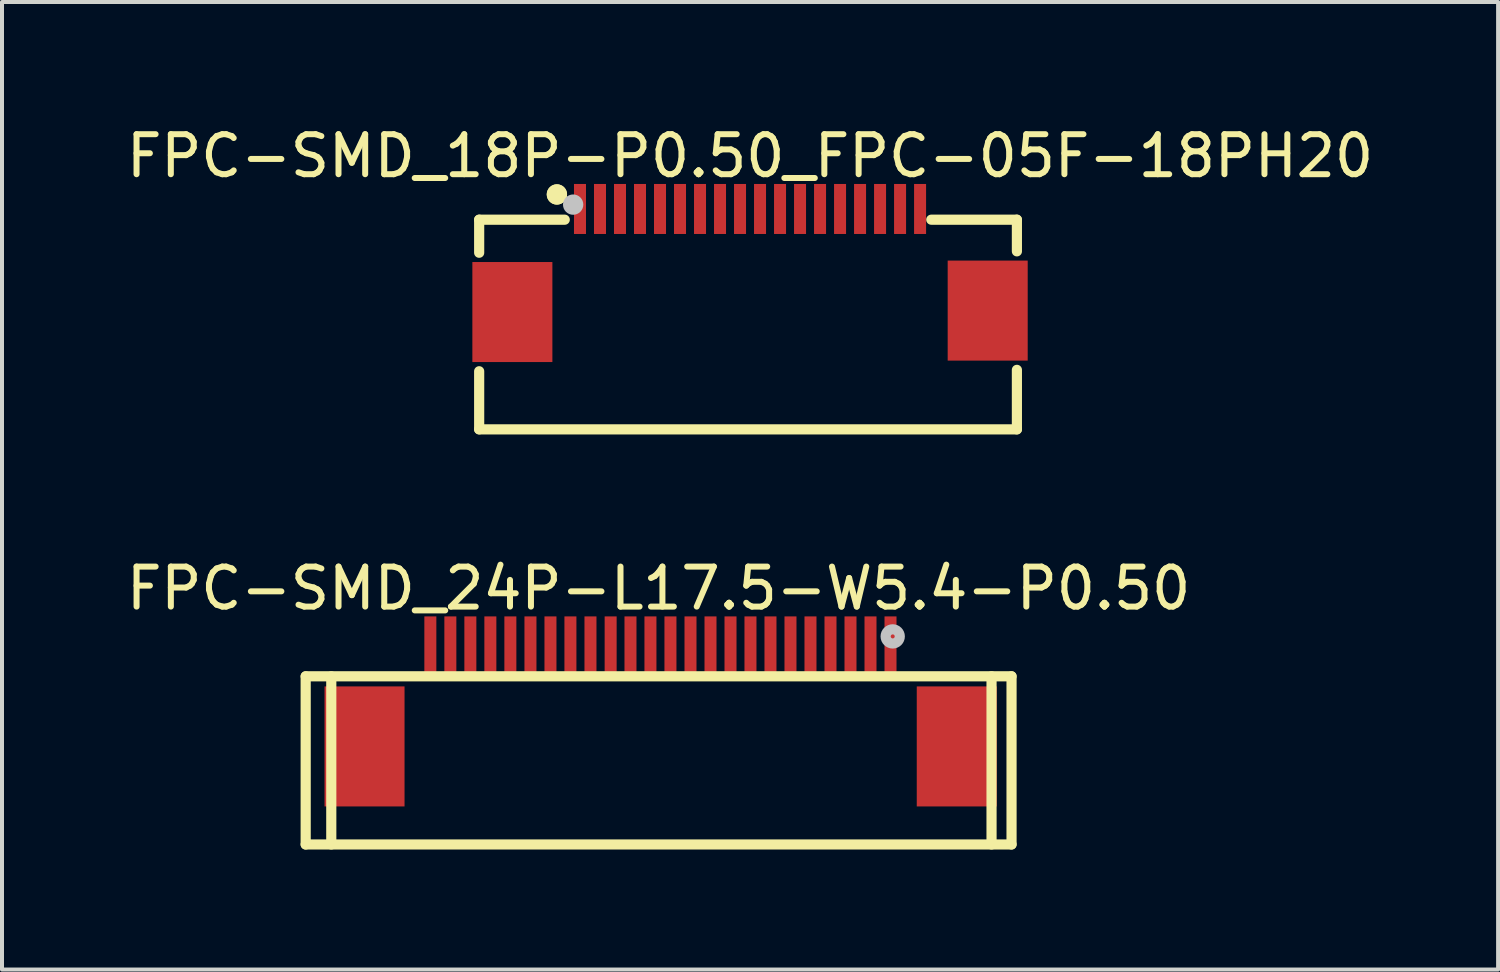
<source format=kicad_pcb>
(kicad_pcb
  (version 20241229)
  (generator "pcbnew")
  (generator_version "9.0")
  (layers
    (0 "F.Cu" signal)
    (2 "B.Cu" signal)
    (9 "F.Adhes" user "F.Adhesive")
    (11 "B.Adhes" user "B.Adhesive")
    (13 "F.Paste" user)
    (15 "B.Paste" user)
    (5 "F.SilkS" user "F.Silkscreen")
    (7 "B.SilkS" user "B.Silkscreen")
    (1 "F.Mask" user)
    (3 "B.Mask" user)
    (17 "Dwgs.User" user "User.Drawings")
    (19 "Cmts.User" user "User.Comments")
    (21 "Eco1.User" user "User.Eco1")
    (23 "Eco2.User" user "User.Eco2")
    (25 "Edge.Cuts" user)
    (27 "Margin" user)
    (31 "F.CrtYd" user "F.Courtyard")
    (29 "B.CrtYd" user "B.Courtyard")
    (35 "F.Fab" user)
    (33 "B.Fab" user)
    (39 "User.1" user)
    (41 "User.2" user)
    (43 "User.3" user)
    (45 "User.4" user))
  (footprint "FPC-SMD_18P-P0.50_FPC-05F-18PH20"
    (layer "F.Cu")
    (at 15.696 3.461)
    (property "Reference" "FPC-SMD_18P-P0.50_FPC-05F-18PH20" (at 0 -2.612 0) (layer "F.SilkS") (effects (font (size 1 1) (thickness 0.15))))
    (fp_line (start -6.77 -1.02) (end -4.631 -1.02) (stroke (width 0.254) (type default)) (layer "F.SilkS"))
    (fp_line (start -6.77 -0.194) (end -6.77 -1.02) (stroke (width 0.254) (type default)) (layer "F.SilkS"))
    (fp_line (start -6.77 4.22) (end -6.77 2.768) (stroke (width 0.254) (type default)) (layer "F.SilkS"))
    (fp_line (start 4.53 -1.02) (end 6.67 -1.02) (stroke (width 0.254) (type default)) (layer "F.SilkS"))
    (fp_line (start 6.67 -1.02) (end 6.67 -0.229) (stroke (width 0.254) (type default)) (layer "F.SilkS"))
    (fp_line (start 6.67 2.733) (end 6.67 4.22) (stroke (width 0.254) (type default)) (layer "F.SilkS"))
    (fp_line (start 6.67 4.22) (end -6.77 4.22) (stroke (width 0.254) (type default)) (layer "F.SilkS"))
    (fp_circle (center -4.827 -1.651) (end -4.7 -1.651) (stroke (width 0.254) (type default)) (fill no) (layer "F.SilkS"))
    (fp_circle (center -4.827 -1.651) (end -4.7 -1.651) (stroke (width 0.254) (type default)) (fill no) (layer "F.SilkS"))
    (fp_circle (center -4.421 -1.397) (end -4.294 -1.397) (stroke (width 0.254) (type default)) (fill no) (layer "Dwgs.User"))
    (fp_poly (pts (xy -6.44 0.537) (xy -5.44 0.537) (xy -5.44 2.038) (xy -6.44 2.038)) (stroke (width 0.1) (type default)) (fill no) (layer "User.1"))
    (fp_poly (pts (xy -4.35 -1.683) (xy -4.15 -1.683) (xy -4.15 -0.883) (xy -4.35 -0.883)) (stroke (width 0.1) (type default)) (fill no) (layer "User.1"))
    (fp_poly (pts (xy -3.85 -1.683) (xy -3.65 -1.683) (xy -3.65 -0.883) (xy -3.85 -0.883)) (stroke (width 0.1) (type default)) (fill no) (layer "User.1"))
    (fp_poly (pts (xy -3.35 -1.683) (xy -3.15 -1.683) (xy -3.15 -0.883) (xy -3.35 -0.883)) (stroke (width 0.1) (type default)) (fill no) (layer "User.1"))
    (fp_poly (pts (xy -2.85 -1.683) (xy -2.65 -1.683) (xy -2.65 -0.883) (xy -2.85 -0.883)) (stroke (width 0.1) (type default)) (fill no) (layer "User.1"))
    (fp_poly (pts (xy -2.35 -1.683) (xy -2.15 -1.683) (xy -2.15 -0.883) (xy -2.35 -0.883)) (stroke (width 0.1) (type default)) (fill no) (layer "User.1"))
    (fp_poly (pts (xy -1.85 -1.683) (xy -1.65 -1.683) (xy -1.65 -0.883) (xy -1.85 -0.883)) (stroke (width 0.1) (type default)) (fill no) (layer "User.1"))
    (fp_poly (pts (xy -1.35 -1.683) (xy -1.15 -1.683) (xy -1.15 -0.883) (xy -1.35 -0.883)) (stroke (width 0.1) (type default)) (fill no) (layer "User.1"))
    (fp_poly (pts (xy -0.85 -1.683) (xy -0.65 -1.683) (xy -0.65 -0.883) (xy -0.85 -0.883)) (stroke (width 0.1) (type default)) (fill no) (layer "User.1"))
    (fp_poly (pts (xy -0.35 -1.683) (xy -0.15 -1.683) (xy -0.15 -0.883) (xy -0.35 -0.883)) (stroke (width 0.1) (type default)) (fill no) (layer "User.1"))
    (fp_poly (pts (xy 0.15 -1.683) (xy 0.35 -1.683) (xy 0.35 -0.883) (xy 0.15 -0.883)) (stroke (width 0.1) (type default)) (fill no) (layer "User.1"))
    (fp_poly (pts (xy 0.65 -1.683) (xy 0.85 -1.683) (xy 0.85 -0.883) (xy 0.65 -0.883)) (stroke (width 0.1) (type default)) (fill no) (layer "User.1"))
    (fp_poly (pts (xy 1.15 -1.683) (xy 1.35 -1.683) (xy 1.35 -0.883) (xy 1.15 -0.883)) (stroke (width 0.1) (type default)) (fill no) (layer "User.1"))
    (fp_poly (pts (xy 1.65 -1.683) (xy 1.85 -1.683) (xy 1.85 -0.883) (xy 1.65 -0.883)) (stroke (width 0.1) (type default)) (fill no) (layer "User.1"))
    (fp_poly (pts (xy 2.15 -1.683) (xy 2.35 -1.683) (xy 2.35 -0.883) (xy 2.15 -0.883)) (stroke (width 0.1) (type default)) (fill no) (layer "User.1"))
    (fp_poly (pts (xy 2.65 -1.683) (xy 2.85 -1.683) (xy 2.85 -0.883) (xy 2.65 -0.883)) (stroke (width 0.1) (type default)) (fill no) (layer "User.1"))
    (fp_poly (pts (xy 3.15 -1.683) (xy 3.35 -1.683) (xy 3.35 -0.883) (xy 3.15 -0.883)) (stroke (width 0.1) (type default)) (fill no) (layer "User.1"))
    (fp_poly (pts (xy 3.65 -1.683) (xy 3.85 -1.683) (xy 3.85 -0.883) (xy 3.65 -0.883)) (stroke (width 0.1) (type default)) (fill no) (layer "User.1"))
    (fp_poly (pts (xy 4.15 -1.683) (xy 4.35 -1.683) (xy 4.35 -0.883) (xy 4.15 -0.883)) (stroke (width 0.1) (type default)) (fill no) (layer "User.1"))
    (fp_poly (pts (xy 6.44 2.002) (xy 5.44 2.002) (xy 5.44 0.502) (xy 6.44 0.502)) (stroke (width 0.1) (type default)) (fill no) (layer "User.1"))
    (fp_line (start -6.7 -0.983) (end 6.7 -0.983) (stroke (width 0.051) (type default)) (layer "User.2"))
    (fp_line (start -6.7 4.137) (end -6.7 -0.983) (stroke (width 0.051) (type default)) (layer "User.2"))
    (fp_line (start 6.7 -0.983) (end 6.7 4.137) (stroke (width 0.051) (type default)) (layer "User.2"))
    (fp_line (start 6.7 4.137) (end -6.7 4.137) (stroke (width 0.051) (type default)) (layer "User.2"))
    (fp_poly (pts (xy -6.645 -1.706) (xy -6.677 -1.738) (xy -6.723 -1.738) (xy -6.755 -1.706) (xy -6.755 -1.66) (xy -6.723 -1.628) (xy -6.677 -1.628) (xy -6.645 -1.66)) (stroke (width 0.1) (type default)) (fill no) (layer "User.3"))
    (pad "1" smd rect (at -4.25 -1.288) (size 0.3 1.25) (layers "F.Cu" "F.Mask" "F.Paste"))
    (pad "2" smd rect (at -3.75 -1.288) (size 0.3 1.25) (layers "F.Cu" "F.Mask" "F.Paste"))
    (pad "3" smd rect (at -3.25 -1.288) (size 0.3 1.25) (layers "F.Cu" "F.Mask" "F.Paste"))
    (pad "4" smd rect (at -2.75 -1.288) (size 0.3 1.25) (layers "F.Cu" "F.Mask" "F.Paste"))
    (pad "5" smd rect (at -2.25 -1.288) (size 0.3 1.25) (layers "F.Cu" "F.Mask" "F.Paste"))
    (pad "6" smd rect (at -1.75 -1.288) (size 0.3 1.25) (layers "F.Cu" "F.Mask" "F.Paste"))
    (pad "7" smd rect (at -1.25 -1.288) (size 0.3 1.25) (layers "F.Cu" "F.Mask" "F.Paste"))
    (pad "8" smd rect (at -0.75 -1.288) (size 0.3 1.25) (layers "F.Cu" "F.Mask" "F.Paste"))
    (pad "9" smd rect (at -0.25 -1.288) (size 0.3 1.25) (layers "F.Cu" "F.Mask" "F.Paste"))
    (pad "10" smd rect (at 0.25 -1.288) (size 0.3 1.25) (layers "F.Cu" "F.Mask" "F.Paste"))
    (pad "11" smd rect (at 0.75 -1.288) (size 0.3 1.25) (layers "F.Cu" "F.Mask" "F.Paste"))
    (pad "12" smd rect (at 1.25 -1.288) (size 0.3 1.25) (layers "F.Cu" "F.Mask" "F.Paste"))
    (pad "13" smd rect (at 1.75 -1.288) (size 0.3 1.25) (layers "F.Cu" "F.Mask" "F.Paste"))
    (pad "14" smd rect (at 2.25 -1.288) (size 0.3 1.25) (layers "F.Cu" "F.Mask" "F.Paste"))
    (pad "15" smd rect (at 2.75 -1.288) (size 0.3 1.25) (layers "F.Cu" "F.Mask" "F.Paste"))
    (pad "16" smd rect (at 3.25 -1.288) (size 0.3 1.25) (layers "F.Cu" "F.Mask" "F.Paste"))
    (pad "17" smd rect (at 3.75 -1.288) (size 0.3 1.25) (layers "F.Cu" "F.Mask" "F.Paste"))
    (pad "18" smd rect (at 4.25 -1.288) (size 0.3 1.25) (layers "F.Cu" "F.Mask" "F.Paste"))
    (pad "19" smd rect (at -5.94 1.288) (size 2 2.5) (layers "F.Cu" "F.Mask" "F.Paste"))
    (pad "20" smd rect (at 5.94 1.252) (size 2 2.5) (layers "F.Cu" "F.Mask" "F.Paste")))
  (footprint "FPC-SMD_24P-L17.5-W5.4-P0.50"
    (layer "F.Cu")
    (at 13.462 14.356)
    (property "Reference" "FPC-SMD_24P-L17.5-W5.4-P0.50" (at -0.051 -2.7 0) (layer "F.SilkS") (effects (font (size 1 1) (thickness 0.15))))
    (fp_line (start -8.872 -0.503) (end 8.77 -0.503) (stroke (width 0.254) (type default)) (layer "F.SilkS"))
    (fp_line (start -8.872 -0.502) (end -8.872 3.7) (stroke (width 0.254) (type default)) (layer "F.SilkS"))
    (fp_line (start -8.872 3.7) (end 8.77 3.7) (stroke (width 0.254) (type default)) (layer "F.SilkS"))
    (fp_line (start -8.232 -0.502) (end -8.232 3.7) (stroke (width 0.254) (type default)) (layer "F.SilkS"))
    (fp_line (start 8.27 -0.503) (end 8.27 3.7) (stroke (width 0.254) (type default)) (layer "F.SilkS"))
    (fp_line (start 8.77 -0.503) (end 8.77 3.7) (stroke (width 0.254) (type default)) (layer "F.SilkS"))
    (fp_circle (center 5.8 -1.5) (end 5.85 -1.5) (stroke (width 0.254) (type default)) (fill no) (layer "Dwgs.User"))
    (fp_poly (pts (xy -8.251 -0.25) (xy -6.551 -0.25) (xy -6.551 2.75) (xy -8.251 2.75)) (stroke (width 0.1) (type default)) (fill no) (layer "User.1"))
    (fp_poly (pts (xy -5.657 -0.7) (xy -5.856 -0.7) (xy -5.856 -1.8) (xy -5.657 -1.8)) (stroke (width 0.1) (type default)) (fill no) (layer "User.1"))
    (fp_poly (pts (xy -5.157 -0.7) (xy -5.356 -0.7) (xy -5.356 -1.8) (xy -5.157 -1.8)) (stroke (width 0.1) (type default)) (fill no) (layer "User.1"))
    (fp_poly (pts (xy -4.656 -0.7) (xy -4.856 -0.7) (xy -4.856 -1.8) (xy -4.656 -1.8)) (stroke (width 0.1) (type default)) (fill no) (layer "User.1"))
    (fp_poly (pts (xy -4.157 -0.7) (xy -4.356 -0.7) (xy -4.356 -1.8) (xy -4.157 -1.8)) (stroke (width 0.1) (type default)) (fill no) (layer "User.1"))
    (fp_poly (pts (xy -3.656 -0.7) (xy -3.856 -0.7) (xy -3.856 -1.8) (xy -3.656 -1.8)) (stroke (width 0.1) (type default)) (fill no) (layer "User.1"))
    (fp_poly (pts (xy -3.154 -0.7) (xy -3.353 -0.7) (xy -3.353 -1.8) (xy -3.154 -1.8)) (stroke (width 0.1) (type default)) (fill no) (layer "User.1"))
    (fp_poly (pts (xy -2.654 -0.7) (xy -2.854 -0.7) (xy -2.854 -1.8) (xy -2.654 -1.8)) (stroke (width 0.1) (type default)) (fill no) (layer "User.1"))
    (fp_poly (pts (xy -2.155 -0.7) (xy -2.354 -0.7) (xy -2.354 -1.8) (xy -2.155 -1.8)) (stroke (width 0.1) (type default)) (fill no) (layer "User.1"))
    (fp_poly (pts (xy -1.654 -0.7) (xy -1.854 -0.7) (xy -1.854 -1.8) (xy -1.654 -1.8)) (stroke (width 0.1) (type default)) (fill no) (layer "User.1"))
    (fp_poly (pts (xy -1.151 -0.7) (xy -1.351 -0.7) (xy -1.351 -1.8) (xy -1.151 -1.8)) (stroke (width 0.1) (type default)) (fill no) (layer "User.1"))
    (fp_poly (pts (xy -0.654 -0.7) (xy -0.855 -0.7) (xy -0.855 -1.8) (xy -0.654 -1.8)) (stroke (width 0.1) (type default)) (fill no) (layer "User.1"))
    (fp_poly (pts (xy -0.154 -0.7) (xy -0.354 -0.7) (xy -0.354 -1.8) (xy -0.154 -1.8)) (stroke (width 0.1) (type default)) (fill no) (layer "User.1"))
    (fp_poly (pts (xy 0.345 -0.7) (xy 0.145 -0.7) (xy 0.145 -1.8) (xy 0.345 -1.8)) (stroke (width 0.1) (type default)) (fill no) (layer "User.1"))
    (fp_poly (pts (xy 0.846 -0.7) (xy 0.645 -0.7) (xy 0.645 -1.8) (xy 0.846 -1.8)) (stroke (width 0.1) (type default)) (fill no) (layer "User.1"))
    (fp_poly (pts (xy 1.345 -0.7) (xy 1.145 -0.7) (xy 1.145 -1.8) (xy 1.345 -1.8)) (stroke (width 0.1) (type default)) (fill no) (layer "User.1"))
    (fp_poly (pts (xy 1.845 -0.7) (xy 1.645 -0.7) (xy 1.645 -1.8) (xy 1.845 -1.8)) (stroke (width 0.1) (type default)) (fill no) (layer "User.1"))
    (fp_poly (pts (xy 2.345 -0.7) (xy 2.146 -0.7) (xy 2.146 -1.8) (xy 2.345 -1.8)) (stroke (width 0.1) (type default)) (fill no) (layer "User.1"))
    (fp_poly (pts (xy 2.845 -0.7) (xy 2.646 -0.7) (xy 2.646 -1.8) (xy 2.845 -1.8)) (stroke (width 0.1) (type default)) (fill no) (layer "User.1"))
    (fp_poly (pts (xy 3.345 -0.7) (xy 3.146 -0.7) (xy 3.146 -1.8) (xy 3.345 -1.8)) (stroke (width 0.1) (type default)) (fill no) (layer "User.1"))
    (fp_poly (pts (xy 3.845 -0.7) (xy 3.646 -0.7) (xy 3.646 -1.8) (xy 3.845 -1.8)) (stroke (width 0.1) (type default)) (fill no) (layer "User.1"))
    (fp_poly (pts (xy 4.346 -0.7) (xy 4.146 -0.7) (xy 4.146 -1.8) (xy 4.346 -1.8)) (stroke (width 0.1) (type default)) (fill no) (layer "User.1"))
    (fp_poly (pts (xy 4.846 -0.7) (xy 4.646 -0.7) (xy 4.646 -1.8) (xy 4.846 -1.8)) (stroke (width 0.1) (type default)) (fill no) (layer "User.1"))
    (fp_poly (pts (xy 5.346 -0.7) (xy 5.146 -0.7) (xy 5.146 -1.8) (xy 5.346 -1.8)) (stroke (width 0.1) (type default)) (fill no) (layer "User.1"))
    (fp_poly (pts (xy 5.845 -0.7) (xy 5.645 -0.7) (xy 5.645 -1.8) (xy 5.845 -1.8)) (stroke (width 0.1) (type default)) (fill no) (layer "User.1"))
    (fp_poly (pts (xy 8.251 2.75) (xy 6.551 2.75) (xy 6.551 -0.25) (xy 8.251 -0.25)) (stroke (width 0.1) (type default)) (fill no) (layer "User.1"))
    (fp_line (start -8.851 -0.927) (end 8.749 -0.927) (stroke (width 0.051) (type default)) (layer "User.2"))
    (fp_line (start -8.851 3.473) (end -8.851 -0.927) (stroke (width 0.051) (type default)) (layer "User.2"))
    (fp_line (start 8.749 -0.927) (end 8.749 3.473) (stroke (width 0.051) (type default)) (layer "User.2"))
    (fp_line (start 8.749 3.473) (end -8.851 3.473) (stroke (width 0.051) (type default)) (layer "User.2"))
    (fp_poly (pts (xy 7.246 -1.739) (xy 7.216 -1.811) (xy 7.161 -1.866) (xy 7.089 -1.896) (xy 7.011 -1.896) (xy 6.939 -1.866) (xy 6.884 -1.811) (xy 6.854 -1.739) (xy 6.854 -1.661) (xy 6.884 -1.589) (xy 6.939 -1.534) (xy 7.011 -1.504) (xy 7.089 -1.504) (xy 7.161 -1.534) (xy 7.216 -1.589) (xy 7.246 -1.661)) (stroke (width 0.1) (type default)) (fill no) (layer "User.3"))
    (pad "1" smd rect (at 5.745 -1.25 180) (size 0.3 1.5) (layers "F.Cu" "F.Mask" "F.Paste"))
    (pad "2" smd rect (at 5.245 -1.25 180) (size 0.3 1.5) (layers "F.Cu" "F.Mask" "F.Paste"))
    (pad "3" smd rect (at 4.745 -1.25 180) (size 0.3 1.5) (layers "F.Cu" "F.Mask" "F.Paste"))
    (pad "4" smd rect (at 4.245 -1.25 180) (size 0.3 1.5) (layers "F.Cu" "F.Mask" "F.Paste"))
    (pad "5" smd rect (at 3.745 -1.25 180) (size 0.3 1.5) (layers "F.Cu" "F.Mask" "F.Paste"))
    (pad "6" smd rect (at 3.245 -1.25 180) (size 0.3 1.5) (layers "F.Cu" "F.Mask" "F.Paste"))
    (pad "7" smd rect (at 2.745 -1.25 180) (size 0.3 1.5) (layers "F.Cu" "F.Mask" "F.Paste"))
    (pad "8" smd rect (at 2.245 -1.25 180) (size 0.3 1.5) (layers "F.Cu" "F.Mask" "F.Paste"))
    (pad "9" smd rect (at 1.746 -1.25 180) (size 0.3 1.5) (layers "F.Cu" "F.Mask" "F.Paste"))
    (pad "10" smd rect (at 1.246 -1.25 180) (size 0.3 1.5) (layers "F.Cu" "F.Mask" "F.Paste"))
    (pad "11" smd rect (at 0.746 -1.25 180) (size 0.3 1.5) (layers "F.Cu" "F.Mask" "F.Paste"))
    (pad "12" smd rect (at 0.245 -1.25 180) (size 0.3 1.5) (layers "F.Cu" "F.Mask" "F.Paste"))
    (pad "13" smd rect (at -0.255 -1.25 180) (size 0.3 1.5) (layers "F.Cu" "F.Mask" "F.Paste"))
    (pad "14" smd rect (at -0.754 -1.25 180) (size 0.3 1.5) (layers "F.Cu" "F.Mask" "F.Paste"))
    (pad "15" smd rect (at -1.25 -1.25 180) (size 0.3 1.5) (layers "F.Cu" "F.Mask" "F.Paste"))
    (pad "16" smd rect (at -1.754 -1.25 180) (size 0.3 1.5) (layers "F.Cu" "F.Mask" "F.Paste"))
    (pad "17" smd rect (at -2.255 -1.25 180) (size 0.3 1.5) (layers "F.Cu" "F.Mask" "F.Paste"))
    (pad "18" smd rect (at -2.754 -1.25 180) (size 0.3 1.5) (layers "F.Cu" "F.Mask" "F.Paste"))
    (pad "19" smd rect (at -3.254 -1.25 180) (size 0.3 1.5) (layers "F.Cu" "F.Mask" "F.Paste"))
    (pad "20" smd rect (at -3.756 -1.25 180) (size 0.3 1.5) (layers "F.Cu" "F.Mask" "F.Paste"))
    (pad "21" smd rect (at -4.256 -1.25 180) (size 0.3 1.5) (layers "F.Cu" "F.Mask" "F.Paste"))
    (pad "22" smd rect (at -4.756 -1.25 180) (size 0.3 1.5) (layers "F.Cu" "F.Mask" "F.Paste"))
    (pad "23" smd rect (at -5.256 -1.25 180) (size 0.3 1.5) (layers "F.Cu" "F.Mask" "F.Paste"))
    (pad "24" smd rect (at -5.756 -1.25 180) (size 0.3 1.5) (layers "F.Cu" "F.Mask" "F.Paste"))
    (pad "25" smd rect (at -7.401 1.25) (size 2 3) (layers "F.Cu" "F.Mask" "F.Paste"))
    (pad "26" smd rect (at 7.401 1.25 180) (size 2 3) (layers "F.Cu" "F.Mask" "F.Paste")))
  (gr_rect
    (start -3 -3)
    (end 34.393 21.183)
    (stroke (width 0.1) (type default))
    (fill no)
    (layer "Edge.Cuts")))
</source>
